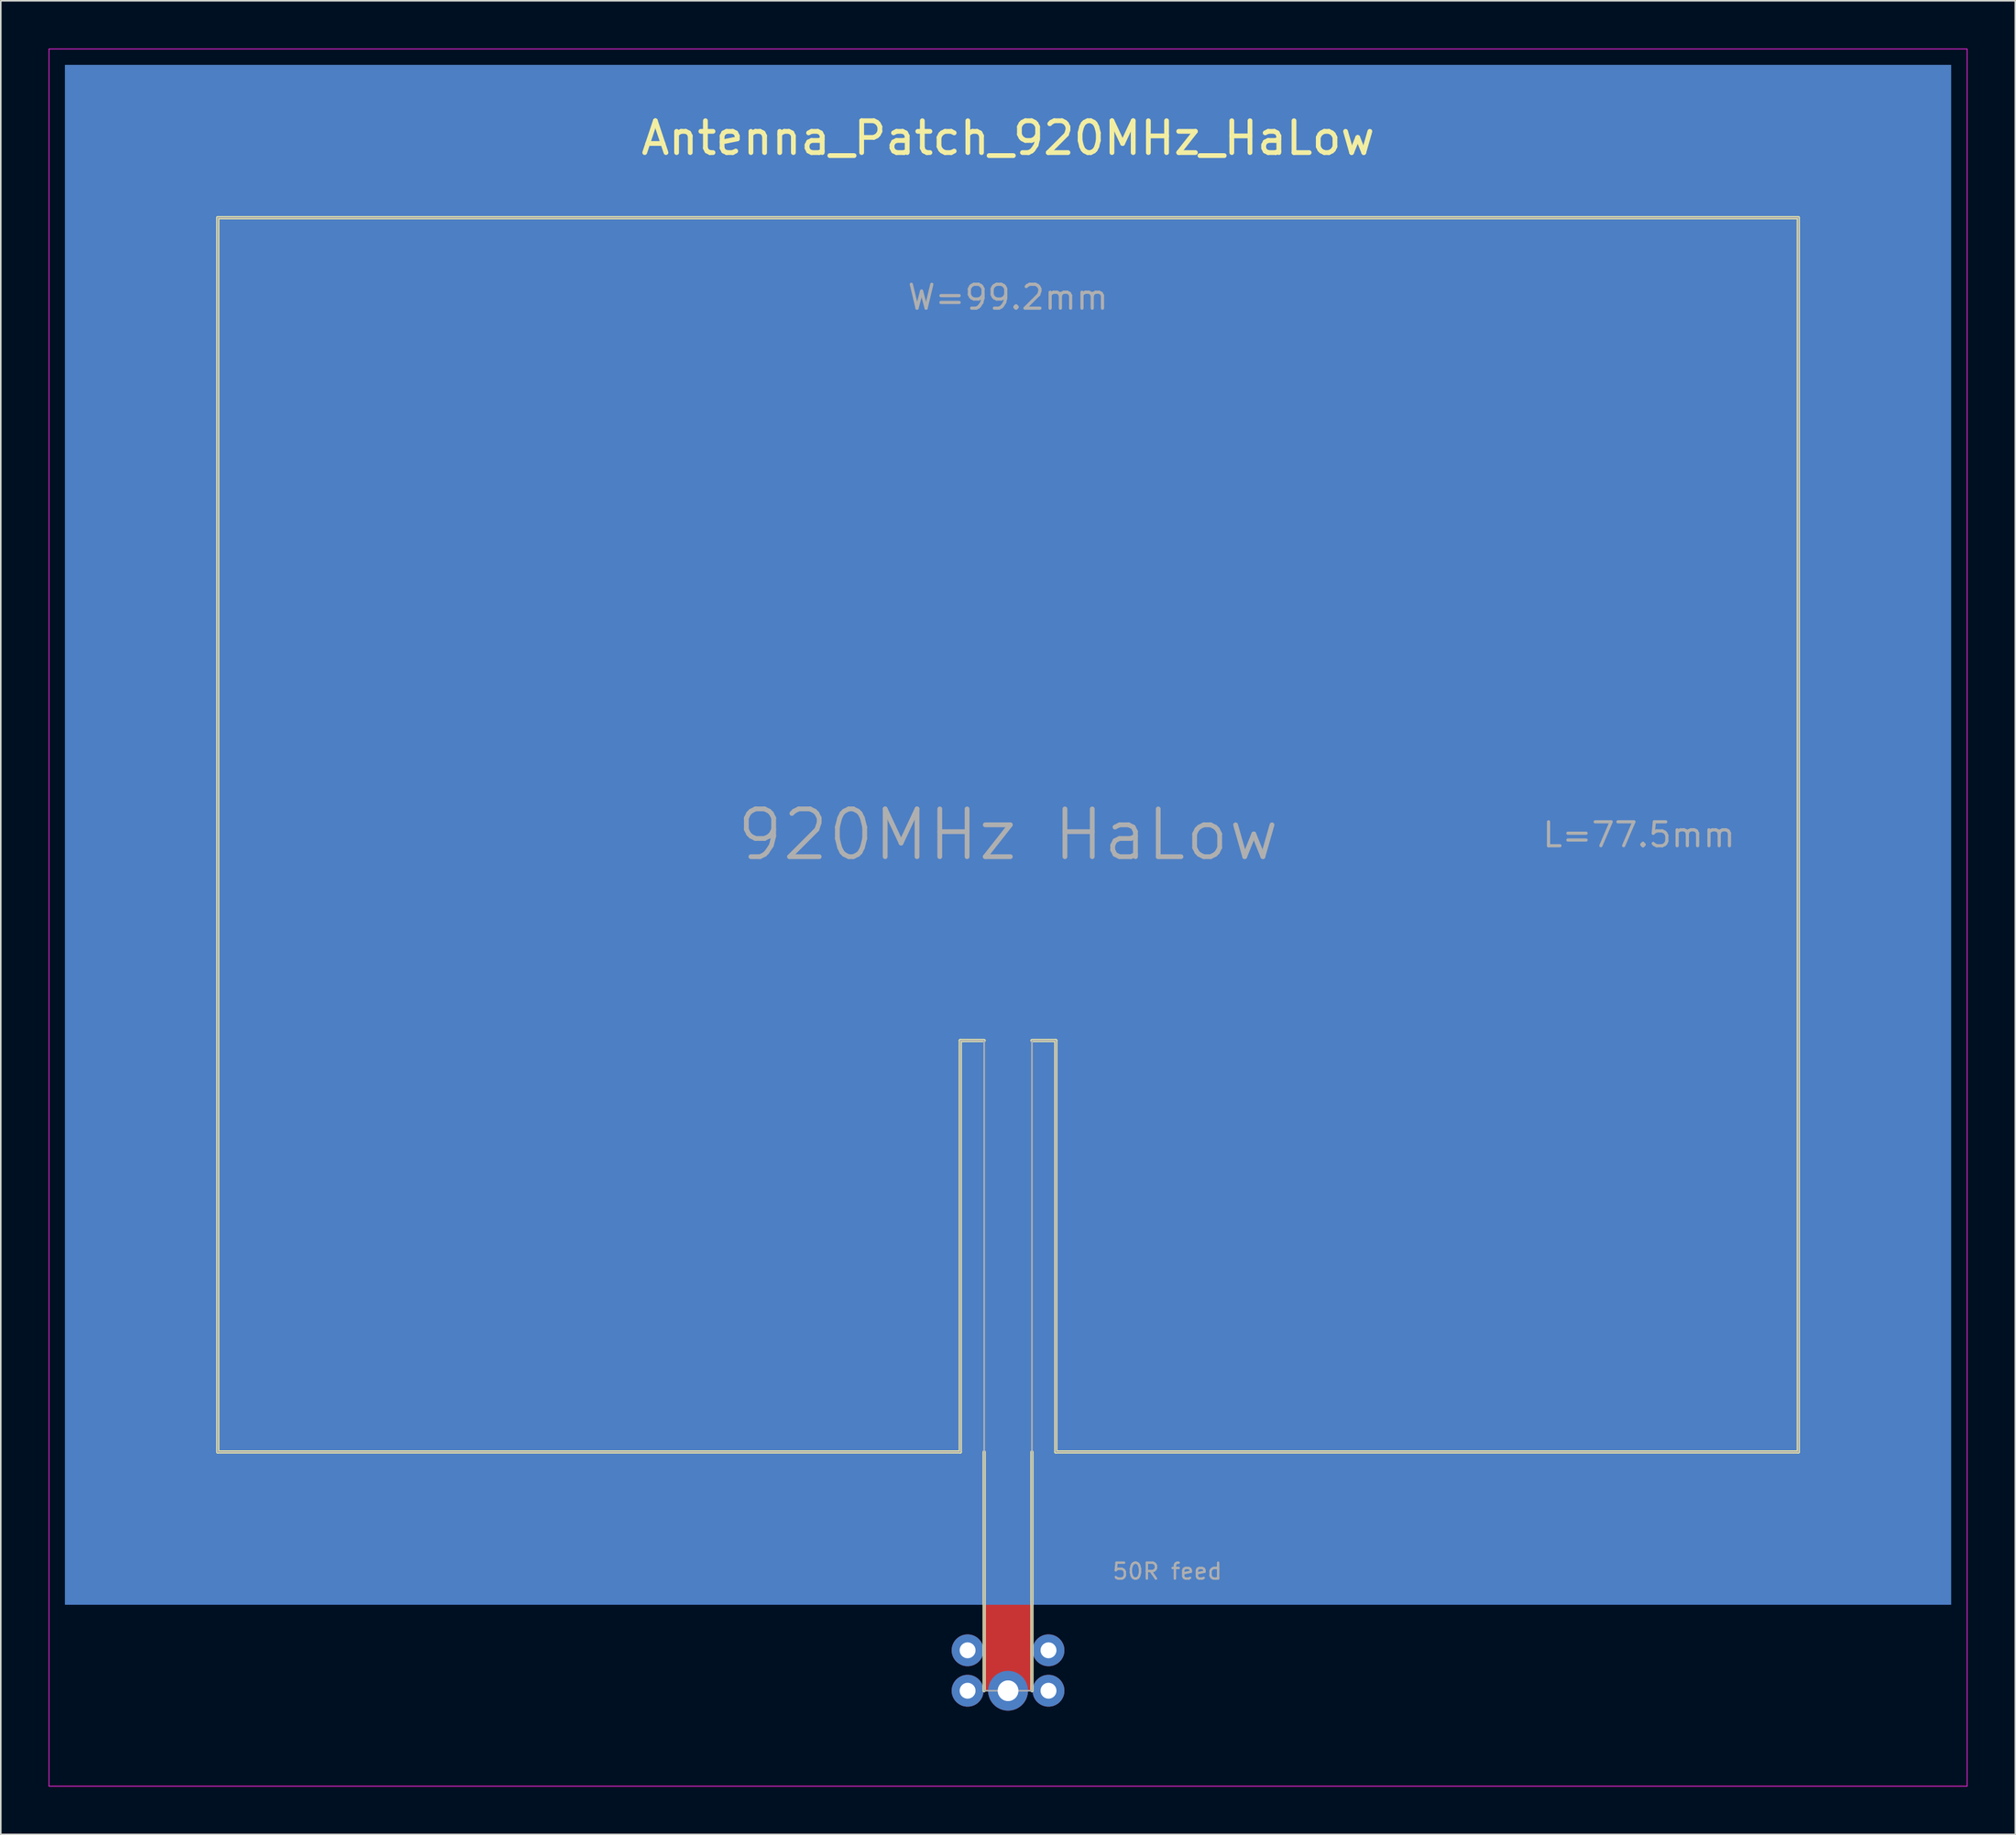
<source format=kicad_pcb>
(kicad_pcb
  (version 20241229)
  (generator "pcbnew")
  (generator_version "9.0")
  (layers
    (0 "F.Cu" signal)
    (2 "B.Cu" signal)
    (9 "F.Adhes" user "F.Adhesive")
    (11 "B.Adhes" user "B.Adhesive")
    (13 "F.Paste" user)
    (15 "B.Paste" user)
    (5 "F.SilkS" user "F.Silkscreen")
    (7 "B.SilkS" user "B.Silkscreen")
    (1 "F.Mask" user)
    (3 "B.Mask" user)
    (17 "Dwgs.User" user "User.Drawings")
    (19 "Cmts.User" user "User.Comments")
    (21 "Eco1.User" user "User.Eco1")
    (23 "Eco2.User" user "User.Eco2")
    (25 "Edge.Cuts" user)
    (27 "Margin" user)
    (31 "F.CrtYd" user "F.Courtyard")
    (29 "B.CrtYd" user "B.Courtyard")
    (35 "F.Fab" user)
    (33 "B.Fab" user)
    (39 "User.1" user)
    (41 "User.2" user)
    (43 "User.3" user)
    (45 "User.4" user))
  (footprint "Antenna_Patch_920MHz_HaLow"
    (layer "F.Cu")
    (at 60.237 49.395)
    (property "Reference" "Antenna_Patch_920MHz_HaLow" (at 0 -43.77 0) (layer "F.SilkS") (effects (font (size 2 2) (thickness 0.3))))
    (attr board_only)
    (fp_poly (pts (xy -1.5 38.77) (xy 1.5 38.77) (xy 1.5 53.77) (xy -1.5 53.77)) (stroke (width 0) (type solid)) (fill yes) (layer "F.Cu"))
    (fp_poly (pts (xy -49.612 -38.77) (xy 49.612 -38.77) (xy 49.612 38.77) (xy 3 38.77) (xy 3 12.923) (xy 1.5 12.923) (xy 1.5 38.77) (xy -1.5 38.77) (xy -1.5 12.923) (xy -3 12.923) (xy -3 38.77) (xy -49.612 38.77)) (stroke (width 0) (type solid)) (fill yes) (layer "F.Cu"))
    (fp_poly (pts (xy -59.212 -48.37) (xy 59.212 -48.37) (xy 59.212 48.37) (xy -59.212 48.37)) (stroke (width 0) (type solid)) (fill yes) (layer "B.Cu"))
    (fp_line (start -49.612 -38.77) (end 49.612 -38.77) (stroke (width 0.2) (type solid)) (layer "F.SilkS"))
    (fp_line (start -49.612 38.77) (end -49.612 -38.77) (stroke (width 0.2) (type solid)) (layer "F.SilkS"))
    (fp_line (start -3 12.923) (end -1.5 12.923) (stroke (width 0.2) (type solid)) (layer "F.SilkS"))
    (fp_line (start -3 38.77) (end -49.612 38.77) (stroke (width 0.2) (type solid)) (layer "F.SilkS"))
    (fp_line (start -3 38.77) (end -3 12.923) (stroke (width 0.2) (type solid)) (layer "F.SilkS"))
    (fp_line (start -1.5 38.77) (end -1.5 53.77) (stroke (width 0.2) (type solid)) (layer "F.SilkS"))
    (fp_line (start 1.5 38.77) (end 1.5 53.77) (stroke (width 0.2) (type solid)) (layer "F.SilkS"))
    (fp_line (start 3 12.923) (end 1.5 12.923) (stroke (width 0.2) (type solid)) (layer "F.SilkS"))
    (fp_line (start 3 38.77) (end 3 12.923) (stroke (width 0.2) (type solid)) (layer "F.SilkS"))
    (fp_line (start 49.612 -38.77) (end 49.612 38.77) (stroke (width 0.2) (type solid)) (layer "F.SilkS"))
    (fp_line (start 49.612 38.77) (end 3 38.77) (stroke (width 0.2) (type solid)) (layer "F.SilkS"))
    (fp_rect (start -60.212 -49.37) (end 60.212 59.77) (stroke (width 0.05) (type solid)) (fill no) (layer "F.CrtYd"))
    (fp_line (start -49.612 -38.77) (end 49.612 -38.77) (stroke (width 0.1) (type solid)) (layer "F.Fab"))
    (fp_line (start -49.612 38.77) (end -49.612 -38.77) (stroke (width 0.1) (type solid)) (layer "F.Fab"))
    (fp_line (start -3 12.923) (end -3 38.77) (stroke (width 0.1) (type solid)) (layer "F.Fab"))
    (fp_line (start -3 38.77) (end -49.612 38.77) (stroke (width 0.1) (type solid)) (layer "F.Fab"))
    (fp_line (start -1.5 12.923) (end -3 12.923) (stroke (width 0.1) (type solid)) (layer "F.Fab"))
    (fp_line (start -1.5 53.77) (end -1.5 12.923) (stroke (width 0.1) (type solid)) (layer "F.Fab"))
    (fp_line (start 1.5 12.923) (end 1.5 53.77) (stroke (width 0.1) (type solid)) (layer "F.Fab"))
    (fp_line (start 1.5 53.77) (end -1.5 53.77) (stroke (width 0.1) (type solid)) (layer "F.Fab"))
    (fp_line (start 3 12.923) (end 1.5 12.923) (stroke (width 0.1) (type solid)) (layer "F.Fab"))
    (fp_line (start 3 38.77) (end 3 12.923) (stroke (width 0.1) (type solid)) (layer "F.Fab"))
    (fp_line (start 49.612 -38.77) (end 49.612 38.77) (stroke (width 0.1) (type solid)) (layer "F.Fab"))
    (fp_line (start 49.612 38.77) (end 3 38.77) (stroke (width 0.1) (type solid)) (layer "F.Fab"))
    (fp_text user "50R feed" (at 10 46.27 0) (layer "F.Fab") (effects (font (size 1 1) (thickness 0.15))))
    (fp_text user "920MHz HaLow" (at 0 0 0) (layer "F.Fab") (effects (font (size 3 3) (thickness 0.3))))
    (fp_text user "W=99.2mm" (at 0 -33.77 0) (layer "F.Fab") (effects (font (size 1.5 1.5) (thickness 0.2))))
    (fp_text user "L=77.5mm" (at 39.612 0 0) (layer "F.Fab") (effects (font (size 1.5 1.5) (thickness 0.2))))
    (pad "1" thru_hole circle (at 0 53.77) (size 2.5 2.5) (drill 1.3) (layers "*.Cu" "*.Mask"))
    (pad "2" thru_hole circle (at -2.54 53.77) (size 2 2) (drill 1) (layers "*.Cu" "*.Mask"))
    (pad "3" thru_hole circle (at 2.54 53.77) (size 2 2) (drill 1) (layers "*.Cu" "*.Mask"))
    (pad "4" thru_hole circle (at -2.54 51.23) (size 2 2) (drill 1) (layers "*.Cu" "*.Mask"))
    (pad "5" thru_hole circle (at 2.54 51.23) (size 2 2) (drill 1) (layers "*.Cu" "*.Mask")))
  (gr_rect
    (start -3 -3)
    (end 123.474 112.19)
    (stroke (width 0.1) (type default))
    (fill no)
    (layer "Edge.Cuts")))
</source>
